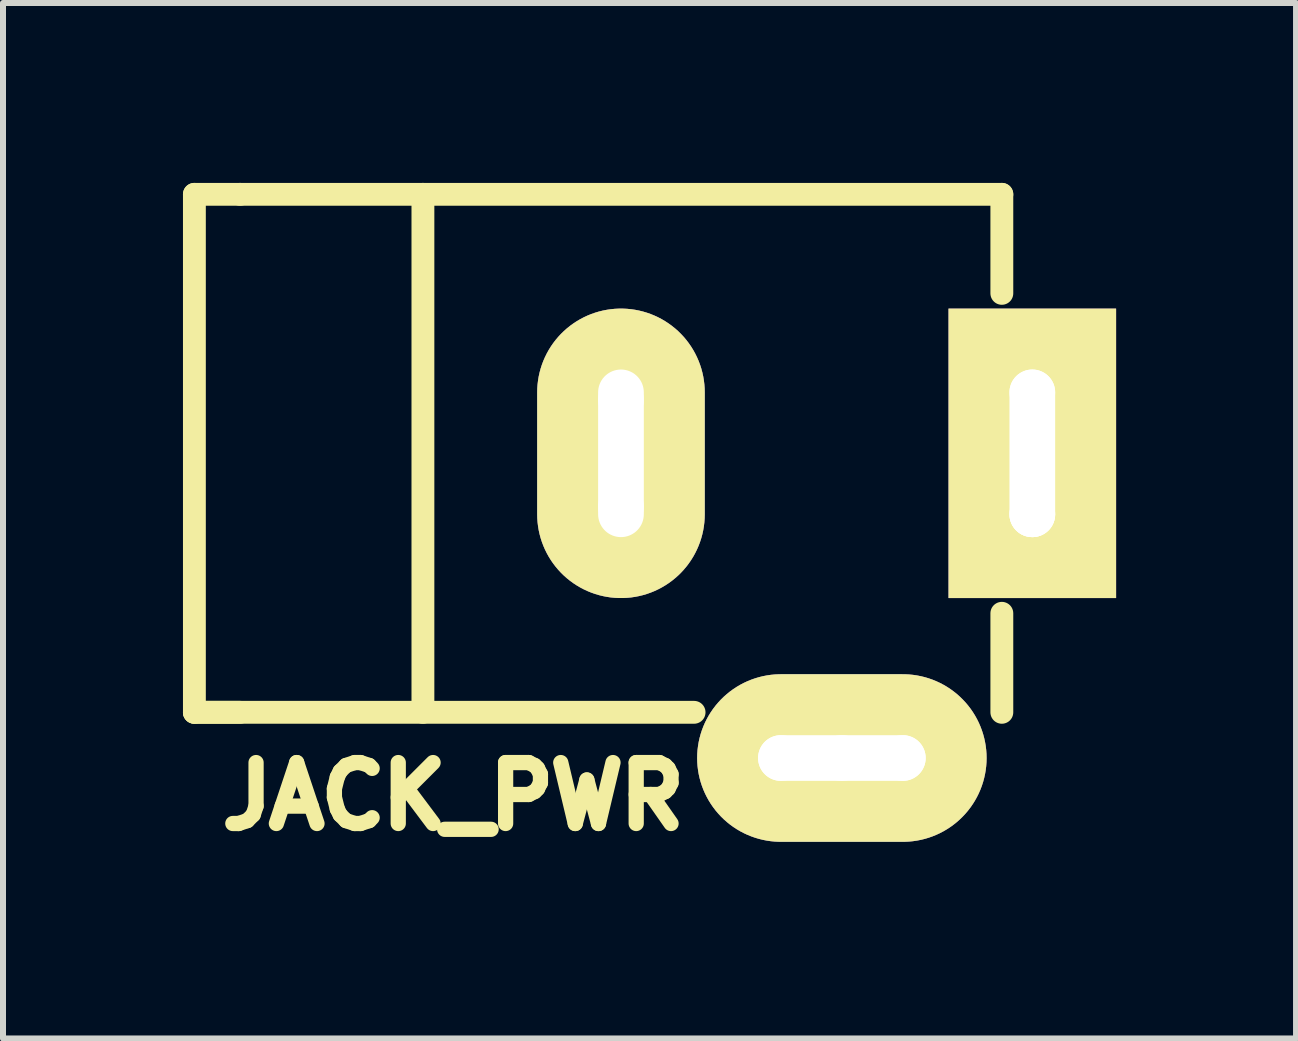
<source format=kicad_pcb>
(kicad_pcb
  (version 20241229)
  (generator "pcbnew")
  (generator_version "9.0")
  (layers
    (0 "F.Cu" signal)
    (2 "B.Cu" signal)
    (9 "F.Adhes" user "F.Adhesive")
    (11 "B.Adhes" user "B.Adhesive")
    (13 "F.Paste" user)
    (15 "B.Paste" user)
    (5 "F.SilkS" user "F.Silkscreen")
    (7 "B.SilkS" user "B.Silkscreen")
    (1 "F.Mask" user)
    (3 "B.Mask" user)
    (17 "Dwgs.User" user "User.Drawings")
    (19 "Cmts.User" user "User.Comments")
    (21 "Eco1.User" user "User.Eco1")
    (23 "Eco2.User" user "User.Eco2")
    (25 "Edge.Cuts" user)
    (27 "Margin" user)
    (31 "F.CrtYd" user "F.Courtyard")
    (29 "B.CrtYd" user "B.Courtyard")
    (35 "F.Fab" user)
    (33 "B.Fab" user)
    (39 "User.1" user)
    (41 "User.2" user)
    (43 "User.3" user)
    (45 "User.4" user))
  (footprint "JACK_PWR"
    (layer "F.Cu")
    (at 7.303 4.508)
    (property "Reference" "JACK_PWR" (at -2.794 5.715 0) (layer "F.SilkS") (effects (font (size 1.016 1.016) (thickness 0.254))))
    (attr through_hole)
    (fp_line (start -7.112 -4.318) (end -7.112 4.318) (stroke (width 0.381) (type solid)) (layer "F.SilkS"))
    (fp_line (start -7.112 4.318) (end -6.35 4.318) (stroke (width 0.381) (type solid)) (layer "F.SilkS"))
    (fp_line (start -6.35 -4.318) (end -7.112 -4.318) (stroke (width 0.381) (type solid)) (layer "F.SilkS"))
    (fp_line (start -6.35 -4.318) (end 6.35 -4.318) (stroke (width 0.381) (type solid)) (layer "F.SilkS"))
    (fp_line (start -3.302 -4.318) (end -3.302 4.318) (stroke (width 0.381) (type solid)) (layer "F.SilkS"))
    (fp_line (start 1.219 4.318) (end -7.112 4.318) (stroke (width 0.381) (type solid)) (layer "F.SilkS"))
    (fp_line (start 6.35 -4.318) (end 6.35 -2.667) (stroke (width 0.381) (type solid)) (layer "F.SilkS"))
    (fp_line (start 6.35 4.318) (end 6.35 2.667) (stroke (width 0.381) (type solid)) (layer "F.SilkS"))
    (pad "1" thru_hole circle (at 6.858 -1.016) (size 0.762 0.762) (drill 0.762) (layers "*.Cu" "*.Mask" "F.SilkS"))
    (pad "1" thru_hole rect (at 6.858 0) (size 2.794 4.826) (drill oval 0.762 2.794) (layers "*.Cu" "*.Mask" "F.SilkS"))
    (pad "1" thru_hole circle (at 6.858 1.016) (size 0.762 0.762) (drill 0.762) (layers "*.Cu" "*.Mask" "F.SilkS"))
    (pad "1" thru_hole circle (at 6.858 1.016) (size 0.762 0.762) (drill 0.762) (layers "*.Cu" "*.Mask" "F.SilkS"))
    (pad "2" thru_hole circle (at 0 -0.889) (size 0.762 0.762) (drill 0.762) (layers "*.Cu" "*.Mask" "F.SilkS"))
    (pad "2" thru_hole oval (at 0 0) (size 2.794 4.826) (drill oval 0.762 2.794) (layers "*.Cu" "*.Mask" "F.SilkS"))
    (pad "2" thru_hole circle (at 0 0.889) (size 0.762 0.762) (drill 0.762) (layers "*.Cu" "*.Mask" "F.SilkS"))
    (pad "3" thru_hole circle (at 2.667 5.08) (size 0.762 0.762) (drill 0.762) (layers "*.Cu" "*.Mask" "F.SilkS"))
    (pad "3" thru_hole circle (at 3.683 5.08) (size 0.762 0.762) (drill 0.762) (layers "*.Cu" "*.Mask" "F.SilkS"))
    (pad "3" thru_hole oval (at 3.683 5.08) (size 4.826 2.794) (drill oval 2.794 0.762) (layers "*.Cu" "*.Mask" "F.SilkS"))
    (pad "3" thru_hole circle (at 4.699 5.08) (size 0.762 0.762) (drill 0.762) (layers "*.Cu" "*.Mask" "F.SilkS")))
  (gr_rect
    (start -3 -3)
    (end 18.558 14.264)
    (stroke (width 0.1) (type default))
    (fill no)
    (layer "Edge.Cuts")))
</source>
